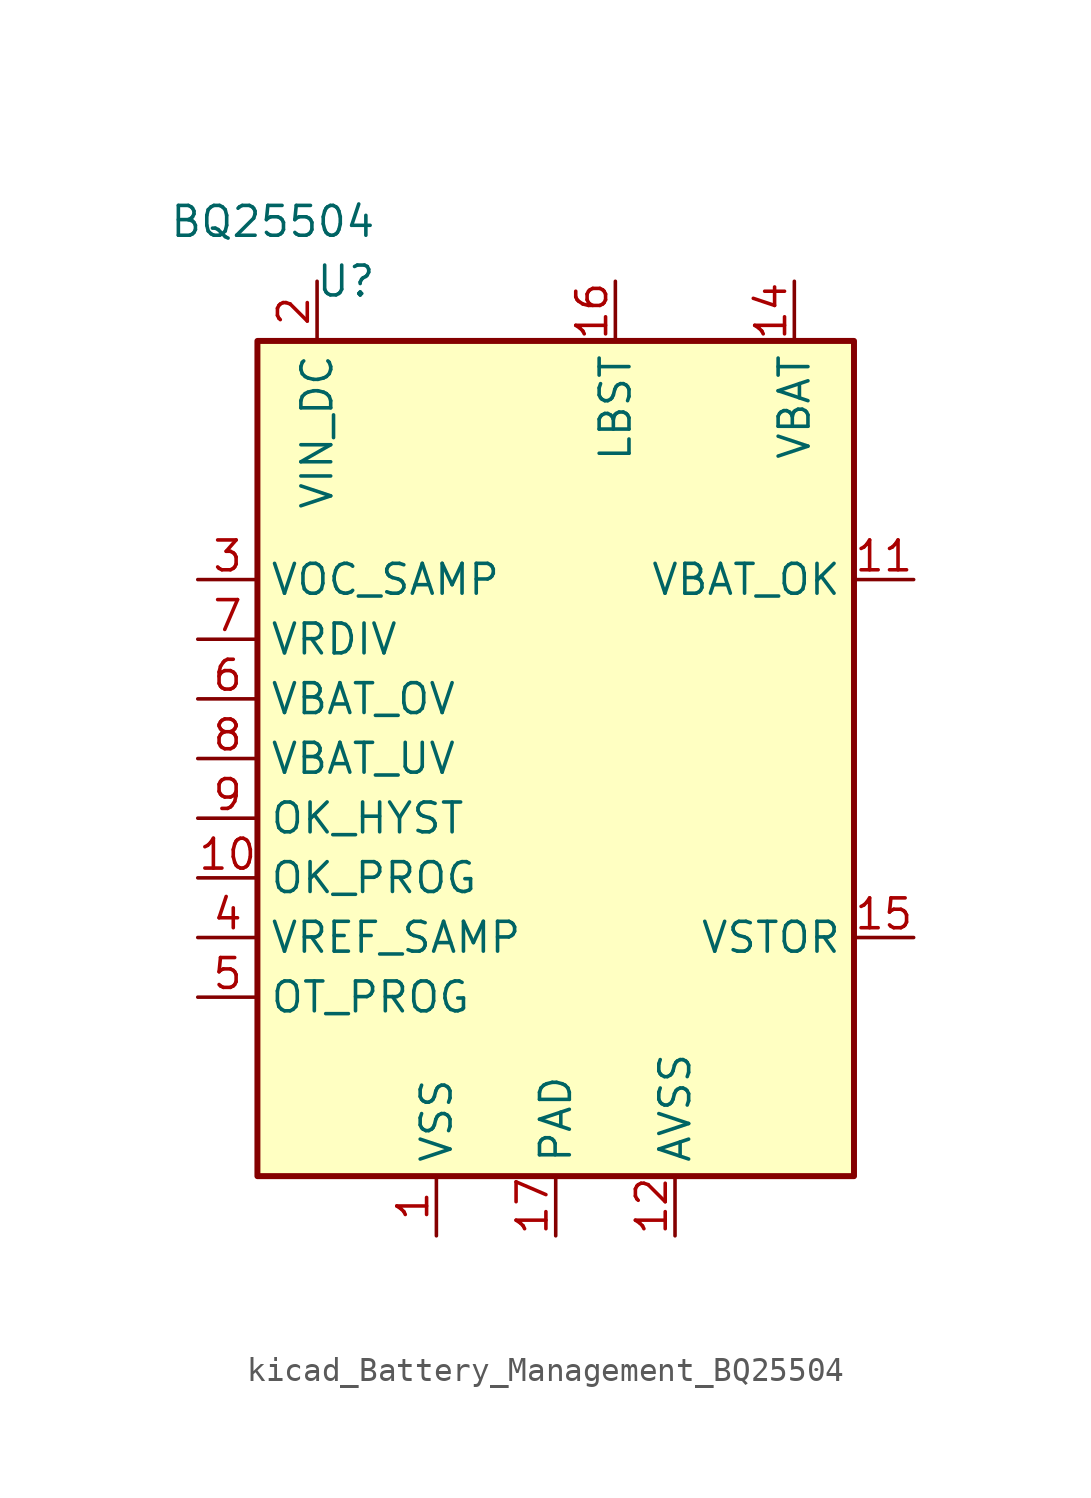
<source format=kicad_sym>
(kicad_symbol_lib
  (version 20220914)
  (generator kicad_symbol_editor)
  (symbol "kicad_Battery_Management_BQ25504"
    (property "Reference" "U"
      (at -7.62 20.32 0)
      (effects (font (size 1.27 1.27)) (justify right)))
    (property "Value" "BQ25504"
      (at -7.62 22.86 0)
      (effects (font (size 1.27 1.27)) (justify right)))
    (symbol "kicad_Battery_Management_BQ25504_0_1"
      (rectangle (start -12.7 17.78) (end 12.7 -17.78) (stroke (width 0.254) (type default)) (fill (type background))))
    (symbol "kicad_Battery_Management_BQ25504_1_1"
      (pin power_in line (at -5.08 -20.32 90) (length 2.54) (name "VSS" (effects (font (size 1.27 1.27)))) (number "1" (effects (font (size 1.27 1.27)))))
      (pin input line (at -15.24 -5.08 0) (length 2.54) (name "OK_PROG" (effects (font (size 1.27 1.27)))) (number "10" (effects (font (size 1.27 1.27)))))
      (pin output line (at 15.24 7.62 180) (length 2.54) (name "VBAT_OK" (effects (font (size 1.27 1.27)))) (number "11" (effects (font (size 1.27 1.27)))))
      (pin power_in line (at 5.08 -20.32 90) (length 2.54) (name "AVSS" (effects (font (size 1.27 1.27)))) (number "12" (effects (font (size 1.27 1.27)))))
      (pin passive line (at -5.08 -20.32 90) (length 2.54) hide (name "VSS" (effects (font (size 1.27 1.27)))) (number "13" (effects (font (size 1.27 1.27)))))
      (pin power_out line (at 10.16 20.32 270) (length 2.54) (name "VBAT" (effects (font (size 1.27 1.27)))) (number "14" (effects (font (size 1.27 1.27)))))
      (pin bidirectional line (at 15.24 -7.62 180) (length 2.54) (name "VSTOR" (effects (font (size 1.27 1.27)))) (number "15" (effects (font (size 1.27 1.27)))))
      (pin bidirectional line (at 2.54 20.32 270) (length 2.54) (name "LBST" (effects (font (size 1.27 1.27)))) (number "16" (effects (font (size 1.27 1.27)))))
      (pin passive line (at 0 -20.32 90) (length 2.54) (name "PAD" (effects (font (size 1.27 1.27)))) (number "17" (effects (font (size 1.27 1.27)))))
      (pin power_in line (at -10.16 20.32 270) (length 2.54) (name "VIN_DC" (effects (font (size 1.27 1.27)))) (number "2" (effects (font (size 1.27 1.27)))))
      (pin input line (at -15.24 7.62 0) (length 2.54) (name "VOC_SAMP" (effects (font (size 1.27 1.27)))) (number "3" (effects (font (size 1.27 1.27)))))
      (pin bidirectional line (at -15.24 -7.62 0) (length 2.54) (name "VREF_SAMP" (effects (font (size 1.27 1.27)))) (number "4" (effects (font (size 1.27 1.27)))))
      (pin input line (at -15.24 -10.16 0) (length 2.54) (name "OT_PROG" (effects (font (size 1.27 1.27)))) (number "5" (effects (font (size 1.27 1.27)))))
      (pin input line (at -15.24 2.54 0) (length 2.54) (name "VBAT_OV" (effects (font (size 1.27 1.27)))) (number "6" (effects (font (size 1.27 1.27)))))
      (pin output line (at -15.24 5.08 0) (length 2.54) (name "VRDIV" (effects (font (size 1.27 1.27)))) (number "7" (effects (font (size 1.27 1.27)))))
      (pin input line (at -15.24 0 0) (length 2.54) (name "VBAT_UV" (effects (font (size 1.27 1.27)))) (number "8" (effects (font (size 1.27 1.27)))))
      (pin input line (at -15.24 -2.54 0) (length 2.54) (name "OK_HYST" (effects (font (size 1.27 1.27)))) (number "9" (effects (font (size 1.27 1.27))))))))
</source>
